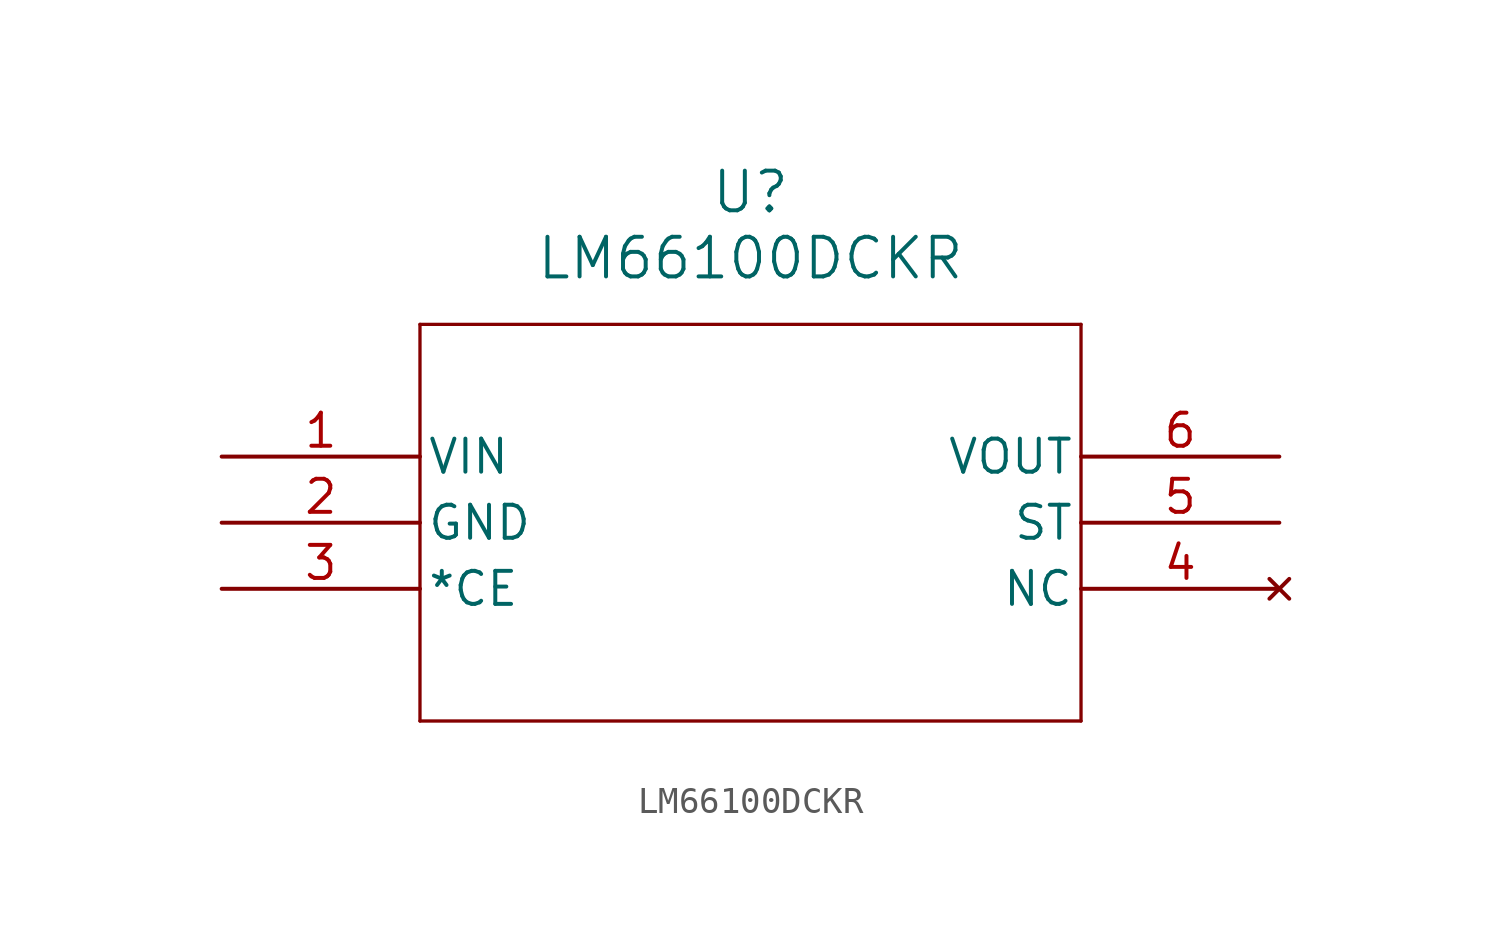
<source format=kicad_sym>
(kicad_symbol_lib
  (version 20211014)
  (generator kicad_symbol_editor)
  (symbol "LM66100DCKR"
    (pin_names
      (offset 0.254))
    (property "Reference" "U"
      (at 20.32 10.16 0)
      (effects (font (size 1.524 1.524))))
    (property "Value" "LM66100DCKR"
      (at 20.32 7.62 0)
      (effects (font (size 1.524 1.524))))
    (symbol "LM66100DCKR_0_1"
      (polyline (pts (xy 7.62 5.08) (xy 7.62 -10.16)) (stroke (width 0.127) (type default) (color 0 0 0 0)) (fill (type none)))
      (polyline (pts (xy 7.62 -10.16) (xy 33.02 -10.16)) (stroke (width 0.127) (type default) (color 0 0 0 0)) (fill (type none)))
      (polyline (pts (xy 33.02 -10.16) (xy 33.02 5.08)) (stroke (width 0.127) (type default) (color 0 0 0 0)) (fill (type none)))
      (polyline (pts (xy 33.02 5.08) (xy 7.62 5.08)) (stroke (width 0.127) (type default) (color 0 0 0 0)) (fill (type none)))
      (pin input line (at 0 0 0) (length 7.62) (name "VIN" (effects (font (size 1.27 1.27)))) (number "1" (effects (font (size 1.27 1.27)))))
      (pin power_in line (at 0 -2.54 0) (length 7.62) (name "GND" (effects (font (size 1.27 1.27)))) (number "2" (effects (font (size 1.27 1.27)))))
      (pin input line (at 0 -5.08 0) (length 7.62) (name "*CE" (effects (font (size 1.27 1.27)))) (number "3" (effects (font (size 1.27 1.27)))))
      (pin no_connect line (at 40.64 -5.08 180) (length 7.62) (name "NC" (effects (font (size 1.27 1.27)))) (number "4" (effects (font (size 1.27 1.27)))))
      (pin output line (at 40.64 -2.54 180) (length 7.62) (name "ST" (effects (font (size 1.27 1.27)))) (number "5" (effects (font (size 1.27 1.27)))))
      (pin output line (at 40.64 0 180) (length 7.62) (name "VOUT" (effects (font (size 1.27 1.27)))) (number "6" (effects (font (size 1.27 1.27))))))))
</source>
